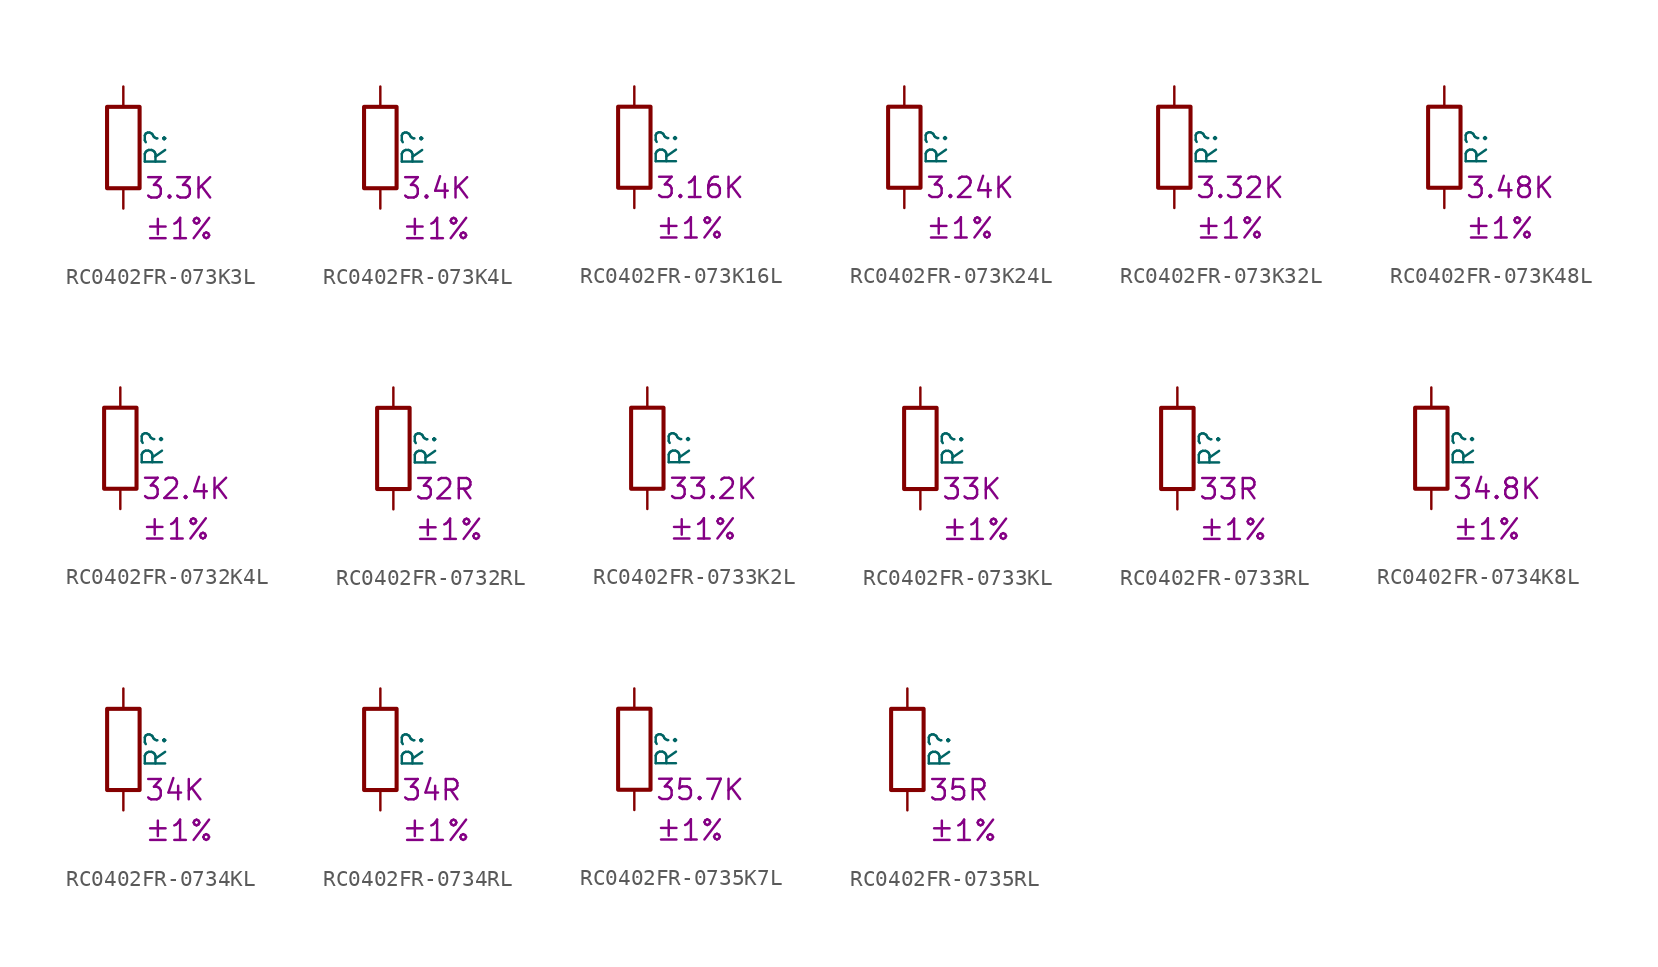
<source format=kicad_sym>
(kicad_symbol_lib
  (version 20220914)
  (generator kicad_symbol_editor)
  (symbol "RC0402FR-073K3L"
    (pin_numbers hide)
    (pin_names
      (offset 0))
    (property "Reference" "R"
      (at 2.032 0 90)
      (effects (font (size 1.27 1.27))))
    (property "Resistance" "3.3K"
      (at 1.27 -2.54 0)
      (effects (font (size 1.27 1.27)) (justify left)))
    (property "Tolerance" "±1%"
      (at 1.27 -5.08 0)
      (effects (font (size 1.27 1.27)) (justify left)))
    (symbol "RC0402FR-073K3L_0_1"
      (rectangle (start -1.016 -2.54) (end 1.016 2.54) (stroke (width 0.254) (type default)) (fill (type none))))
    (symbol "RC0402FR-073K3L_1_1"
      (pin passive line (at 0 3.81 270) (length 1.27) (name "~" (effects (font (size 1.27 1.27)))) (number "1" (effects (font (size 1.27 1.27)))))
      (pin passive line (at 0 -3.81 90) (length 1.27) (name "~" (effects (font (size 1.27 1.27)))) (number "2" (effects (font (size 1.27 1.27)))))))
  (symbol "RC0402FR-073K4L"
    (pin_numbers hide)
    (pin_names
      (offset 0))
    (property "Reference" "R"
      (at 2.032 0 90)
      (effects (font (size 1.27 1.27))))
    (property "Resistance" "3.4K"
      (at 1.27 -2.54 0)
      (effects (font (size 1.27 1.27)) (justify left)))
    (property "Tolerance" "±1%"
      (at 1.27 -5.08 0)
      (effects (font (size 1.27 1.27)) (justify left)))
    (symbol "RC0402FR-073K4L_0_1"
      (rectangle (start -1.016 -2.54) (end 1.016 2.54) (stroke (width 0.254) (type default)) (fill (type none))))
    (symbol "RC0402FR-073K4L_1_1"
      (pin passive line (at 0 3.81 270) (length 1.27) (name "~" (effects (font (size 1.27 1.27)))) (number "1" (effects (font (size 1.27 1.27)))))
      (pin passive line (at 0 -3.81 90) (length 1.27) (name "~" (effects (font (size 1.27 1.27)))) (number "2" (effects (font (size 1.27 1.27)))))))
  (symbol "RC0402FR-073K16L"
    (pin_numbers hide)
    (pin_names
      (offset 0))
    (property "Reference" "R"
      (at 2.032 0 90)
      (effects (font (size 1.27 1.27))))
    (property "Resistance" "3.16K"
      (at 1.27 -2.54 0)
      (effects (font (size 1.27 1.27)) (justify left)))
    (property "Tolerance" "±1%"
      (at 1.27 -5.08 0)
      (effects (font (size 1.27 1.27)) (justify left)))
    (symbol "RC0402FR-073K16L_0_1"
      (rectangle (start -1.016 -2.54) (end 1.016 2.54) (stroke (width 0.254) (type default)) (fill (type none))))
    (symbol "RC0402FR-073K16L_1_1"
      (pin passive line (at 0 3.81 270) (length 1.27) (name "~" (effects (font (size 1.27 1.27)))) (number "1" (effects (font (size 1.27 1.27)))))
      (pin passive line (at 0 -3.81 90) (length 1.27) (name "~" (effects (font (size 1.27 1.27)))) (number "2" (effects (font (size 1.27 1.27)))))))
  (symbol "RC0402FR-073K24L"
    (pin_numbers hide)
    (pin_names
      (offset 0))
    (property "Reference" "R"
      (at 2.032 0 90)
      (effects (font (size 1.27 1.27))))
    (property "Resistance" "3.24K"
      (at 1.27 -2.54 0)
      (effects (font (size 1.27 1.27)) (justify left)))
    (property "Tolerance" "±1%"
      (at 1.27 -5.08 0)
      (effects (font (size 1.27 1.27)) (justify left)))
    (symbol "RC0402FR-073K24L_0_1"
      (rectangle (start -1.016 -2.54) (end 1.016 2.54) (stroke (width 0.254) (type default)) (fill (type none))))
    (symbol "RC0402FR-073K24L_1_1"
      (pin passive line (at 0 3.81 270) (length 1.27) (name "~" (effects (font (size 1.27 1.27)))) (number "1" (effects (font (size 1.27 1.27)))))
      (pin passive line (at 0 -3.81 90) (length 1.27) (name "~" (effects (font (size 1.27 1.27)))) (number "2" (effects (font (size 1.27 1.27)))))))
  (symbol "RC0402FR-073K32L"
    (pin_numbers hide)
    (pin_names
      (offset 0))
    (property "Reference" "R"
      (at 2.032 0 90)
      (effects (font (size 1.27 1.27))))
    (property "Resistance" "3.32K"
      (at 1.27 -2.54 0)
      (effects (font (size 1.27 1.27)) (justify left)))
    (property "Tolerance" "±1%"
      (at 1.27 -5.08 0)
      (effects (font (size 1.27 1.27)) (justify left)))
    (symbol "RC0402FR-073K32L_0_1"
      (rectangle (start -1.016 -2.54) (end 1.016 2.54) (stroke (width 0.254) (type default)) (fill (type none))))
    (symbol "RC0402FR-073K32L_1_1"
      (pin passive line (at 0 3.81 270) (length 1.27) (name "~" (effects (font (size 1.27 1.27)))) (number "1" (effects (font (size 1.27 1.27)))))
      (pin passive line (at 0 -3.81 90) (length 1.27) (name "~" (effects (font (size 1.27 1.27)))) (number "2" (effects (font (size 1.27 1.27)))))))
  (symbol "RC0402FR-073K48L"
    (pin_numbers hide)
    (pin_names
      (offset 0))
    (property "Reference" "R"
      (at 2.032 0 90)
      (effects (font (size 1.27 1.27))))
    (property "Resistance" "3.48K"
      (at 1.27 -2.54 0)
      (effects (font (size 1.27 1.27)) (justify left)))
    (property "Tolerance" "±1%"
      (at 1.27 -5.08 0)
      (effects (font (size 1.27 1.27)) (justify left)))
    (symbol "RC0402FR-073K48L_0_1"
      (rectangle (start -1.016 -2.54) (end 1.016 2.54) (stroke (width 0.254) (type default)) (fill (type none))))
    (symbol "RC0402FR-073K48L_1_1"
      (pin passive line (at 0 3.81 270) (length 1.27) (name "~" (effects (font (size 1.27 1.27)))) (number "1" (effects (font (size 1.27 1.27)))))
      (pin passive line (at 0 -3.81 90) (length 1.27) (name "~" (effects (font (size 1.27 1.27)))) (number "2" (effects (font (size 1.27 1.27)))))))
  (symbol "RC0402FR-0732K4L"
    (pin_numbers hide)
    (pin_names
      (offset 0))
    (property "Reference" "R"
      (at 2.032 0 90)
      (effects (font (size 1.27 1.27))))
    (property "Resistance" "32.4K"
      (at 1.27 -2.54 0)
      (effects (font (size 1.27 1.27)) (justify left)))
    (property "Tolerance" "±1%"
      (at 1.27 -5.08 0)
      (effects (font (size 1.27 1.27)) (justify left)))
    (symbol "RC0402FR-0732K4L_0_1"
      (rectangle (start -1.016 -2.54) (end 1.016 2.54) (stroke (width 0.254) (type default)) (fill (type none))))
    (symbol "RC0402FR-0732K4L_1_1"
      (pin passive line (at 0 3.81 270) (length 1.27) (name "~" (effects (font (size 1.27 1.27)))) (number "1" (effects (font (size 1.27 1.27)))))
      (pin passive line (at 0 -3.81 90) (length 1.27) (name "~" (effects (font (size 1.27 1.27)))) (number "2" (effects (font (size 1.27 1.27)))))))
  (symbol "RC0402FR-0732RL"
    (pin_numbers hide)
    (pin_names
      (offset 0))
    (property "Reference" "R"
      (at 2.032 0 90)
      (effects (font (size 1.27 1.27))))
    (property "Resistance" "32R"
      (at 1.27 -2.54 0)
      (effects (font (size 1.27 1.27)) (justify left)))
    (property "Tolerance" "±1%"
      (at 1.27 -5.08 0)
      (effects (font (size 1.27 1.27)) (justify left)))
    (symbol "RC0402FR-0732RL_0_1"
      (rectangle (start -1.016 -2.54) (end 1.016 2.54) (stroke (width 0.254) (type default)) (fill (type none))))
    (symbol "RC0402FR-0732RL_1_1"
      (pin passive line (at 0 3.81 270) (length 1.27) (name "~" (effects (font (size 1.27 1.27)))) (number "1" (effects (font (size 1.27 1.27)))))
      (pin passive line (at 0 -3.81 90) (length 1.27) (name "~" (effects (font (size 1.27 1.27)))) (number "2" (effects (font (size 1.27 1.27)))))))
  (symbol "RC0402FR-0733K2L"
    (pin_numbers hide)
    (pin_names
      (offset 0))
    (property "Reference" "R"
      (at 2.032 0 90)
      (effects (font (size 1.27 1.27))))
    (property "Resistance" "33.2K"
      (at 1.27 -2.54 0)
      (effects (font (size 1.27 1.27)) (justify left)))
    (property "Tolerance" "±1%"
      (at 1.27 -5.08 0)
      (effects (font (size 1.27 1.27)) (justify left)))
    (symbol "RC0402FR-0733K2L_0_1"
      (rectangle (start -1.016 -2.54) (end 1.016 2.54) (stroke (width 0.254) (type default)) (fill (type none))))
    (symbol "RC0402FR-0733K2L_1_1"
      (pin passive line (at 0 3.81 270) (length 1.27) (name "~" (effects (font (size 1.27 1.27)))) (number "1" (effects (font (size 1.27 1.27)))))
      (pin passive line (at 0 -3.81 90) (length 1.27) (name "~" (effects (font (size 1.27 1.27)))) (number "2" (effects (font (size 1.27 1.27)))))))
  (symbol "RC0402FR-0733KL"
    (pin_numbers hide)
    (pin_names
      (offset 0))
    (property "Reference" "R"
      (at 2.032 0 90)
      (effects (font (size 1.27 1.27))))
    (property "Resistance" "33K"
      (at 1.27 -2.54 0)
      (effects (font (size 1.27 1.27)) (justify left)))
    (property "Tolerance" "±1%"
      (at 1.27 -5.08 0)
      (effects (font (size 1.27 1.27)) (justify left)))
    (symbol "RC0402FR-0733KL_0_1"
      (rectangle (start -1.016 -2.54) (end 1.016 2.54) (stroke (width 0.254) (type default)) (fill (type none))))
    (symbol "RC0402FR-0733KL_1_1"
      (pin passive line (at 0 3.81 270) (length 1.27) (name "~" (effects (font (size 1.27 1.27)))) (number "1" (effects (font (size 1.27 1.27)))))
      (pin passive line (at 0 -3.81 90) (length 1.27) (name "~" (effects (font (size 1.27 1.27)))) (number "2" (effects (font (size 1.27 1.27)))))))
  (symbol "RC0402FR-0733RL"
    (pin_numbers hide)
    (pin_names
      (offset 0))
    (property "Reference" "R"
      (at 2.032 0 90)
      (effects (font (size 1.27 1.27))))
    (property "Resistance" "33R"
      (at 1.27 -2.54 0)
      (effects (font (size 1.27 1.27)) (justify left)))
    (property "Tolerance" "±1%"
      (at 1.27 -5.08 0)
      (effects (font (size 1.27 1.27)) (justify left)))
    (symbol "RC0402FR-0733RL_0_1"
      (rectangle (start -1.016 -2.54) (end 1.016 2.54) (stroke (width 0.254) (type default)) (fill (type none))))
    (symbol "RC0402FR-0733RL_1_1"
      (pin passive line (at 0 3.81 270) (length 1.27) (name "~" (effects (font (size 1.27 1.27)))) (number "1" (effects (font (size 1.27 1.27)))))
      (pin passive line (at 0 -3.81 90) (length 1.27) (name "~" (effects (font (size 1.27 1.27)))) (number "2" (effects (font (size 1.27 1.27)))))))
  (symbol "RC0402FR-0734K8L"
    (pin_numbers hide)
    (pin_names
      (offset 0))
    (property "Reference" "R"
      (at 2.032 0 90)
      (effects (font (size 1.27 1.27))))
    (property "Resistance" "34.8K"
      (at 1.27 -2.54 0)
      (effects (font (size 1.27 1.27)) (justify left)))
    (property "Tolerance" "±1%"
      (at 1.27 -5.08 0)
      (effects (font (size 1.27 1.27)) (justify left)))
    (symbol "RC0402FR-0734K8L_0_1"
      (rectangle (start -1.016 -2.54) (end 1.016 2.54) (stroke (width 0.254) (type default)) (fill (type none))))
    (symbol "RC0402FR-0734K8L_1_1"
      (pin passive line (at 0 3.81 270) (length 1.27) (name "~" (effects (font (size 1.27 1.27)))) (number "1" (effects (font (size 1.27 1.27)))))
      (pin passive line (at 0 -3.81 90) (length 1.27) (name "~" (effects (font (size 1.27 1.27)))) (number "2" (effects (font (size 1.27 1.27)))))))
  (symbol "RC0402FR-0734KL"
    (pin_numbers hide)
    (pin_names
      (offset 0))
    (property "Reference" "R"
      (at 2.032 0 90)
      (effects (font (size 1.27 1.27))))
    (property "Resistance" "34K"
      (at 1.27 -2.54 0)
      (effects (font (size 1.27 1.27)) (justify left)))
    (property "Tolerance" "±1%"
      (at 1.27 -5.08 0)
      (effects (font (size 1.27 1.27)) (justify left)))
    (symbol "RC0402FR-0734KL_0_1"
      (rectangle (start -1.016 -2.54) (end 1.016 2.54) (stroke (width 0.254) (type default)) (fill (type none))))
    (symbol "RC0402FR-0734KL_1_1"
      (pin passive line (at 0 3.81 270) (length 1.27) (name "~" (effects (font (size 1.27 1.27)))) (number "1" (effects (font (size 1.27 1.27)))))
      (pin passive line (at 0 -3.81 90) (length 1.27) (name "~" (effects (font (size 1.27 1.27)))) (number "2" (effects (font (size 1.27 1.27)))))))
  (symbol "RC0402FR-0734RL"
    (pin_numbers hide)
    (pin_names
      (offset 0))
    (property "Reference" "R"
      (at 2.032 0 90)
      (effects (font (size 1.27 1.27))))
    (property "Resistance" "34R"
      (at 1.27 -2.54 0)
      (effects (font (size 1.27 1.27)) (justify left)))
    (property "Tolerance" "±1%"
      (at 1.27 -5.08 0)
      (effects (font (size 1.27 1.27)) (justify left)))
    (symbol "RC0402FR-0734RL_0_1"
      (rectangle (start -1.016 -2.54) (end 1.016 2.54) (stroke (width 0.254) (type default)) (fill (type none))))
    (symbol "RC0402FR-0734RL_1_1"
      (pin passive line (at 0 3.81 270) (length 1.27) (name "~" (effects (font (size 1.27 1.27)))) (number "1" (effects (font (size 1.27 1.27)))))
      (pin passive line (at 0 -3.81 90) (length 1.27) (name "~" (effects (font (size 1.27 1.27)))) (number "2" (effects (font (size 1.27 1.27)))))))
  (symbol "RC0402FR-0735K7L"
    (pin_numbers hide)
    (pin_names
      (offset 0))
    (property "Reference" "R"
      (at 2.032 0 90)
      (effects (font (size 1.27 1.27))))
    (property "Resistance" "35.7K"
      (at 1.27 -2.54 0)
      (effects (font (size 1.27 1.27)) (justify left)))
    (property "Tolerance" "±1%"
      (at 1.27 -5.08 0)
      (effects (font (size 1.27 1.27)) (justify left)))
    (symbol "RC0402FR-0735K7L_0_1"
      (rectangle (start -1.016 -2.54) (end 1.016 2.54) (stroke (width 0.254) (type default)) (fill (type none))))
    (symbol "RC0402FR-0735K7L_1_1"
      (pin passive line (at 0 3.81 270) (length 1.27) (name "~" (effects (font (size 1.27 1.27)))) (number "1" (effects (font (size 1.27 1.27)))))
      (pin passive line (at 0 -3.81 90) (length 1.27) (name "~" (effects (font (size 1.27 1.27)))) (number "2" (effects (font (size 1.27 1.27)))))))
  (symbol "RC0402FR-0735RL"
    (pin_numbers hide)
    (pin_names
      (offset 0))
    (property "Reference" "R"
      (at 2.032 0 90)
      (effects (font (size 1.27 1.27))))
    (property "Resistance" "35R"
      (at 1.27 -2.54 0)
      (effects (font (size 1.27 1.27)) (justify left)))
    (property "Tolerance" "±1%"
      (at 1.27 -5.08 0)
      (effects (font (size 1.27 1.27)) (justify left)))
    (symbol "RC0402FR-0735RL_0_1"
      (rectangle (start -1.016 -2.54) (end 1.016 2.54) (stroke (width 0.254) (type default)) (fill (type none))))
    (symbol "RC0402FR-0735RL_1_1"
      (pin passive line (at 0 3.81 270) (length 1.27) (name "~" (effects (font (size 1.27 1.27)))) (number "1" (effects (font (size 1.27 1.27)))))
      (pin passive line (at 0 -3.81 90) (length 1.27) (name "~" (effects (font (size 1.27 1.27)))) (number "2" (effects (font (size 1.27 1.27))))))))
</source>
